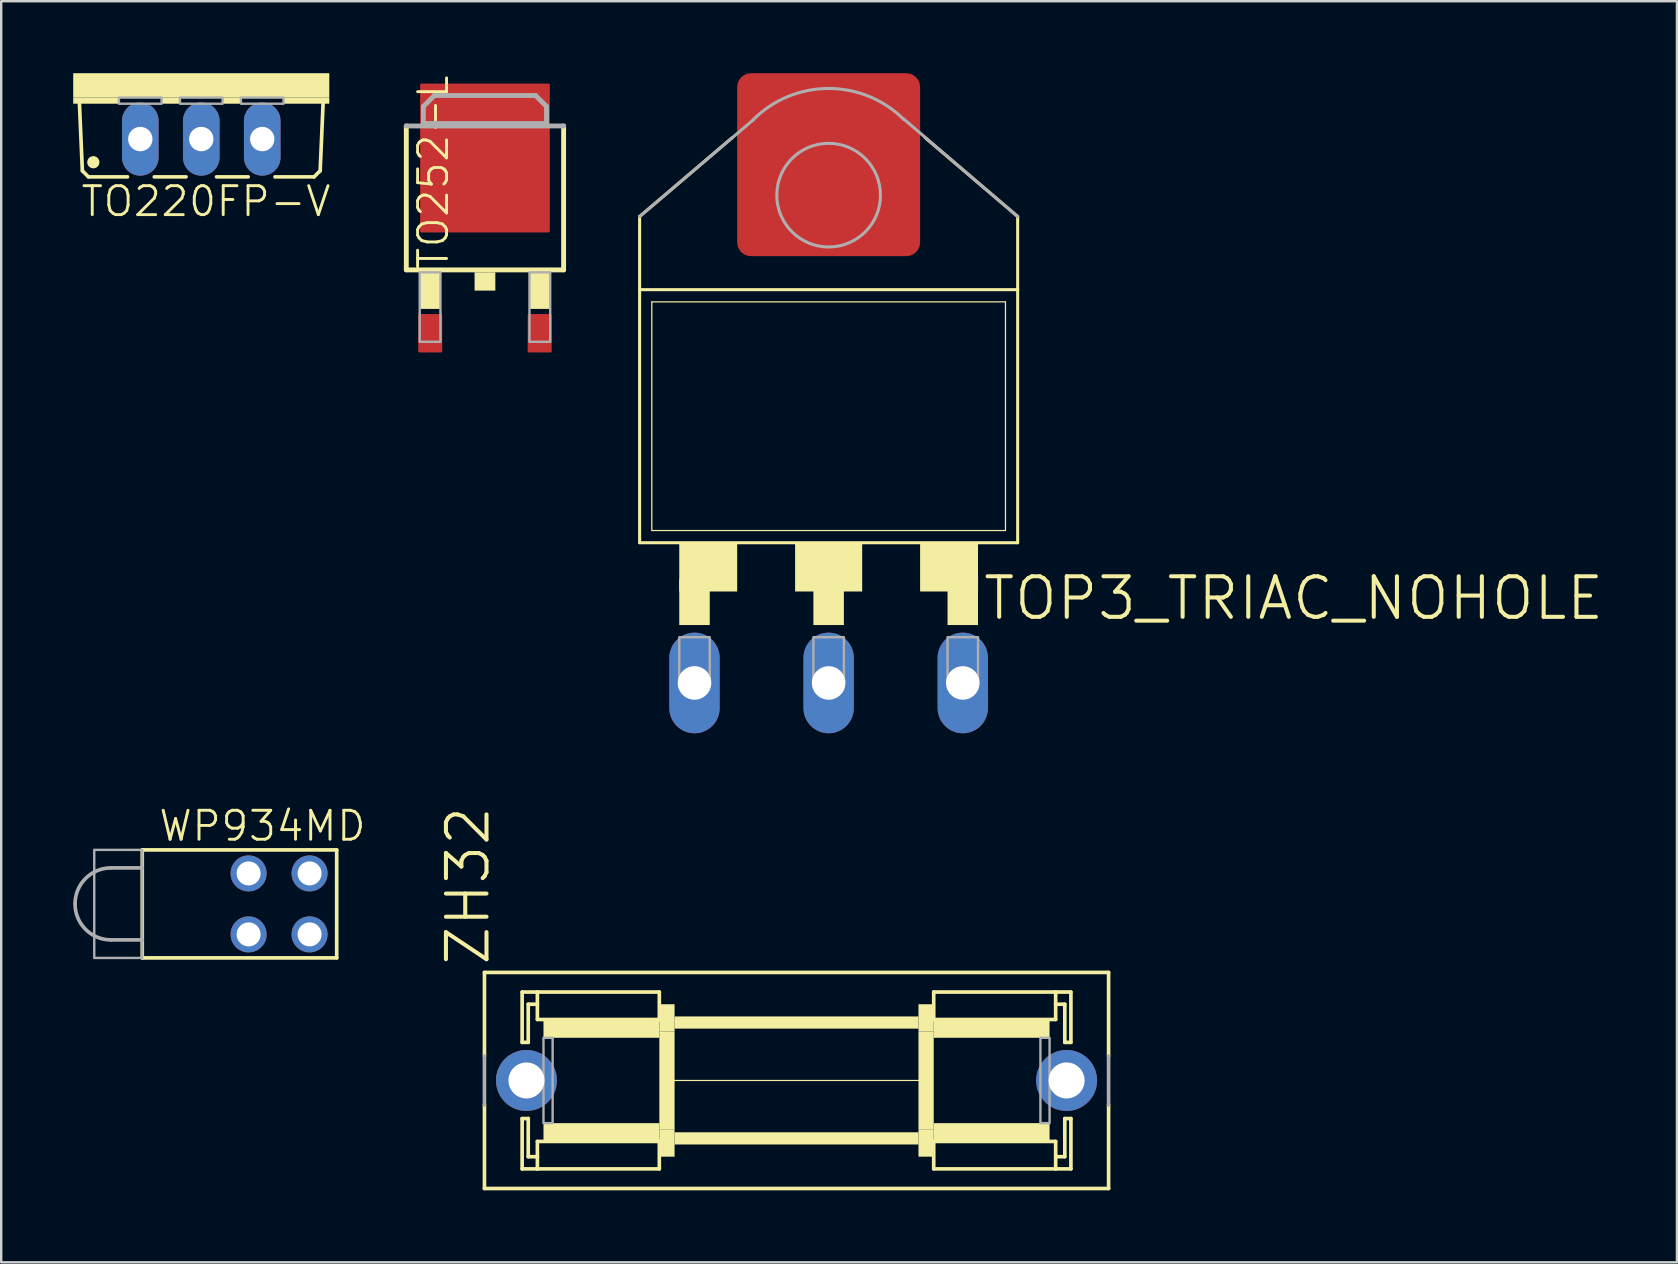
<source format=kicad_pcb>
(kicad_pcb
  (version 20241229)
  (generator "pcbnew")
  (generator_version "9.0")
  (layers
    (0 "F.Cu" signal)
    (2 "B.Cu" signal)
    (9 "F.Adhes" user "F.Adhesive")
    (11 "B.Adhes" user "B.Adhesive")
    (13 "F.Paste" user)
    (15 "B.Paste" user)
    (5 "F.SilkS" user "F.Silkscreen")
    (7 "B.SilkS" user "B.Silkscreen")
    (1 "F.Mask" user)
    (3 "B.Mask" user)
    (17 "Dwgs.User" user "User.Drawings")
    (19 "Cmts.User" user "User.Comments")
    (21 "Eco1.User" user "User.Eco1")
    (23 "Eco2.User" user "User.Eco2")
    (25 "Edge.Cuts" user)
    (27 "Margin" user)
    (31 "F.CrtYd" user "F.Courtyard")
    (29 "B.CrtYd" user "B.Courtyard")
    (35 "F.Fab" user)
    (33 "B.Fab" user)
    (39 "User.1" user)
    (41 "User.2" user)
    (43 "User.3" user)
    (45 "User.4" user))
  (footprint "TO252-L"
    (layer "F.Cu")
    (at 17.152 4.763)
    (property "Reference" "TO252-L" (at -2.857 -4.763 270) (layer "F.SilkS") (effects (font (size 1.206 1.206) (thickness 0.121)) (justify right top)))
    (attr through_hole)
    (fp_line (start -3.277 3.429) (end -3.277 -2.565) (stroke (width 0.203) (type solid)) (layer "F.SilkS"))
    (fp_line (start 3.277 -2.565) (end 3.277 3.429) (stroke (width 0.203) (type solid)) (layer "F.SilkS"))
    (fp_line (start 3.277 3.429) (end -3.277 3.429) (stroke (width 0.203) (type solid)) (layer "F.SilkS"))
    (fp_poly (pts (xy -2.718 5.055) (xy -1.854 5.055) (xy -1.854 3.531) (xy -2.718 3.531)) (stroke (width 0) (type solid)) (fill yes) (layer "F.SilkS"))
    (fp_poly (pts (xy -0.432 4.293) (xy 0.432 4.293) (xy 0.432 3.531) (xy -0.432 3.531)) (stroke (width 0) (type solid)) (fill yes) (layer "F.SilkS"))
    (fp_poly (pts (xy 1.854 5.055) (xy 2.718 5.055) (xy 2.718 3.531) (xy 1.854 3.531)) (stroke (width 0) (type solid)) (fill yes) (layer "F.SilkS"))
    (fp_line (start -3.277 -2.565) (end 3.277 -2.565) (stroke (width 0.203) (type solid)) (layer "F.Fab"))
    (fp_line (start -2.565 -3.378) (end -2.108 -3.835) (stroke (width 0.203) (type solid)) (layer "F.Fab"))
    (fp_line (start -2.565 -2.667) (end -2.565 -3.378) (stroke (width 0.203) (type solid)) (layer "F.Fab"))
    (fp_line (start -2.108 -3.835) (end 2.108 -3.835) (stroke (width 0.203) (type solid)) (layer "F.Fab"))
    (fp_line (start 2.108 -3.835) (end 2.565 -3.378) (stroke (width 0.203) (type solid)) (layer "F.Fab"))
    (fp_line (start 2.565 -3.378) (end 2.565 -2.667) (stroke (width 0.203) (type solid)) (layer "F.Fab"))
    (fp_line (start 2.565 -2.667) (end -2.565 -2.667) (stroke (width 0.203) (type solid)) (layer "F.Fab"))
    (fp_poly (pts (xy -2.718 6.426) (xy -1.854 6.426) (xy -1.854 3.531) (xy -2.718 3.531)) (stroke (width 0.1) (type solid)) (fill no) (layer "F.Fab"))
    (fp_poly (pts (xy 1.854 6.426) (xy 2.718 6.426) (xy 2.718 3.531) (xy 1.854 3.531)) (stroke (width 0.1) (type solid)) (fill no) (layer "F.Fab"))
    (fp_poly (pts (xy -2.565 -2.667) (xy -2.565 -3.378) (xy -2.108 -3.835) (xy 2.108 -3.835) (xy 2.565 -3.378) (xy 2.565 -2.667)) (stroke (width 0.1) (type solid)) (fill no) (layer "F.Fab"))
    (pad "1" smd roundrect (at -2.28 6.07) (size 1 1.6) (layers "F.Cu" "F.Mask" "F.Paste") (roundrect_rratio 0.051))
    (pad "2" smd roundrect (at 2.28 6.07) (size 1 1.6) (layers "F.Cu" "F.Mask" "F.Paste") (roundrect_rratio 0.051))
    (pad "3" smd roundrect (at 0 -1.23) (size 5.4 6.2) (layers "F.Cu" "F.Mask" "F.Paste") (roundrect_rratio 0.009)))
  (footprint "WP934MD"
    (layer "F.Cu")
    (at 8.576 34.604)
    (property "Reference" "WP934MD" (at -5.08 -2.54 0) (layer "F.SilkS") (effects (font (size 1.206 1.206) (thickness 0.121)) (justify left bottom)))
    (attr through_hole)
    (fp_line (start -5.7 -2.25) (end -5.7 2.25) (stroke (width 0.152) (type solid)) (layer "F.SilkS"))
    (fp_line (start -5.7 -2.25) (end 2.4 -2.25) (stroke (width 0.152) (type solid)) (layer "F.SilkS"))
    (fp_line (start -5.7 2.25) (end 2.4 2.25) (stroke (width 0.152) (type solid)) (layer "F.SilkS"))
    (fp_line (start 2.4 -2.25) (end 2.4 2.25) (stroke (width 0.152) (type solid)) (layer "F.SilkS"))
    (fp_line (start -7 1.5) (end -5.7 1.5) (stroke (width 0.152) (type solid)) (layer "F.Fab"))
    (fp_line (start -5.7 -1.5) (end -7 -1.5) (stroke (width 0.152) (type solid)) (layer "F.Fab"))
    (fp_arc (start -8.5 0) (mid -8.06066 -1.06066) (end -7 -1.5) (stroke (width 0.1524) (type solid)) (layer "F.Fab"))
    (fp_arc (start -7 1.5) (mid -8.06066 1.06066) (end -8.5 0) (stroke (width 0.1524) (type solid)) (layer "F.Fab"))
    (fp_poly (pts (xy -7.7 2.25) (xy -5.7 2.25) (xy -5.7 -2.25) (xy -7.7 -2.25)) (stroke (width 0.1) (type solid)) (fill no) (layer "F.Fab"))
    (pad "BA" thru_hole circle (at -1.27 -1.27) (size 1.5 1.5) (drill 1) (layers "*.Cu" "*.Mask"))
    (pad "BC" thru_hole circle (at -1.27 1.27) (size 1.5 1.5) (drill 1) (layers "*.Cu" "*.Mask"))
    (pad "TA" thru_hole circle (at 1.27 -1.27) (size 1.5 1.5) (drill 1) (layers "*.Cu" "*.Mask"))
    (pad "TC" thru_hole circle (at 1.27 1.27) (size 1.5 1.5) (drill 1) (layers "*.Cu" "*.Mask")))
  (footprint "ZH32"
    (layer "F.Cu")
    (at 30.131 41.959)
    (property "Reference" "ZH32" (at -12.7 -4.699 90) (layer "F.SilkS") (effects (font (size 1.689 1.689) (thickness 0.169)) (justify left bottom)))
    (attr through_hole)
    (fp_line (start -13 -4.5) (end -13 -1.016) (stroke (width 0.152) (type solid)) (layer "F.SilkS"))
    (fp_line (start -13 1.016) (end -13 4.5) (stroke (width 0.152) (type solid)) (layer "F.SilkS"))
    (fp_line (start -13 4.5) (end 13 4.5) (stroke (width 0.152) (type solid)) (layer "F.SilkS"))
    (fp_line (start -11.43 -3.683) (end -11.43 -1.587) (stroke (width 0.152) (type solid)) (layer "F.SilkS"))
    (fp_line (start -11.43 -1.587) (end -11.176 -1.587) (stroke (width 0.152) (type solid)) (layer "F.SilkS"))
    (fp_line (start -11.43 1.587) (end -11.176 1.587) (stroke (width 0.152) (type solid)) (layer "F.SilkS"))
    (fp_line (start -11.43 3.683) (end -11.43 1.587) (stroke (width 0.152) (type solid)) (layer "F.SilkS"))
    (fp_line (start -11.176 -3.175) (end -10.795 -3.175) (stroke (width 0.152) (type solid)) (layer "F.SilkS"))
    (fp_line (start -11.176 -1.587) (end -11.176 -3.175) (stroke (width 0.152) (type solid)) (layer "F.SilkS"))
    (fp_line (start -11.176 1.587) (end -11.176 3.175) (stroke (width 0.152) (type solid)) (layer "F.SilkS"))
    (fp_line (start -11.176 3.175) (end -10.795 3.175) (stroke (width 0.152) (type solid)) (layer "F.SilkS"))
    (fp_line (start -10.795 -3.683) (end -11.43 -3.683) (stroke (width 0.152) (type solid)) (layer "F.SilkS"))
    (fp_line (start -10.795 -3.683) (end -10.795 -2.54) (stroke (width 0.152) (type solid)) (layer "F.SilkS"))
    (fp_line (start -10.795 -3.683) (end -5.715 -3.683) (stroke (width 0.152) (type solid)) (layer "F.SilkS"))
    (fp_line (start -10.795 -2.54) (end -5.715 -2.54) (stroke (width 0.152) (type solid)) (layer "F.SilkS"))
    (fp_line (start -10.795 2.54) (end -5.715 2.54) (stroke (width 0.152) (type solid)) (layer "F.SilkS"))
    (fp_line (start -10.795 3.175) (end -10.795 2.54) (stroke (width 0.152) (type solid)) (layer "F.SilkS"))
    (fp_line (start -10.795 3.683) (end -11.43 3.683) (stroke (width 0.152) (type solid)) (layer "F.SilkS"))
    (fp_line (start -10.795 3.683) (end -10.795 3.175) (stroke (width 0.152) (type solid)) (layer "F.SilkS"))
    (fp_line (start -5.715 -2.54) (end -5.715 -3.683) (stroke (width 0.152) (type solid)) (layer "F.SilkS"))
    (fp_line (start -5.715 3.683) (end -10.795 3.683) (stroke (width 0.152) (type solid)) (layer "F.SilkS"))
    (fp_line (start -5.715 3.683) (end -5.715 2.54) (stroke (width 0.152) (type solid)) (layer "F.SilkS"))
    (fp_line (start -5.207 0) (end 5.207 0) (stroke (width 0.051) (type solid)) (layer "F.SilkS"))
    (fp_line (start 5.715 -3.683) (end 5.715 -2.54) (stroke (width 0.152) (type solid)) (layer "F.SilkS"))
    (fp_line (start 5.715 -3.683) (end 10.795 -3.683) (stroke (width 0.152) (type solid)) (layer "F.SilkS"))
    (fp_line (start 5.715 2.54) (end 5.715 3.683) (stroke (width 0.152) (type solid)) (layer "F.SilkS"))
    (fp_line (start 10.795 -3.683) (end 10.795 -3.175) (stroke (width 0.152) (type solid)) (layer "F.SilkS"))
    (fp_line (start 10.795 -3.683) (end 11.43 -3.683) (stroke (width 0.152) (type solid)) (layer "F.SilkS"))
    (fp_line (start 10.795 -3.175) (end 10.795 -2.54) (stroke (width 0.152) (type solid)) (layer "F.SilkS"))
    (fp_line (start 10.795 -2.54) (end 5.715 -2.54) (stroke (width 0.152) (type solid)) (layer "F.SilkS"))
    (fp_line (start 10.795 2.54) (end 5.715 2.54) (stroke (width 0.152) (type solid)) (layer "F.SilkS"))
    (fp_line (start 10.795 3.683) (end 5.715 3.683) (stroke (width 0.152) (type solid)) (layer "F.SilkS"))
    (fp_line (start 10.795 3.683) (end 10.795 2.54) (stroke (width 0.152) (type solid)) (layer "F.SilkS"))
    (fp_line (start 10.795 3.683) (end 11.43 3.683) (stroke (width 0.152) (type solid)) (layer "F.SilkS"))
    (fp_line (start 11.176 -3.175) (end 10.795 -3.175) (stroke (width 0.152) (type solid)) (layer "F.SilkS"))
    (fp_line (start 11.176 -1.587) (end 11.176 -3.175) (stroke (width 0.152) (type solid)) (layer "F.SilkS"))
    (fp_line (start 11.176 1.587) (end 11.176 3.175) (stroke (width 0.152) (type solid)) (layer "F.SilkS"))
    (fp_line (start 11.176 3.175) (end 10.795 3.175) (stroke (width 0.152) (type solid)) (layer "F.SilkS"))
    (fp_line (start 11.43 -3.683) (end 11.43 -1.587) (stroke (width 0.152) (type solid)) (layer "F.SilkS"))
    (fp_line (start 11.43 -1.587) (end 11.176 -1.587) (stroke (width 0.152) (type solid)) (layer "F.SilkS"))
    (fp_line (start 11.43 1.587) (end 11.176 1.587) (stroke (width 0.152) (type solid)) (layer "F.SilkS"))
    (fp_line (start 11.43 3.683) (end 11.43 1.587) (stroke (width 0.152) (type solid)) (layer "F.SilkS"))
    (fp_line (start 13 -4.5) (end -13 -4.5) (stroke (width 0.152) (type solid)) (layer "F.SilkS"))
    (fp_line (start 13 -4.5) (end 13 -1.016) (stroke (width 0.152) (type solid)) (layer "F.SilkS"))
    (fp_line (start 13 1.016) (end 13 4.5) (stroke (width 0.152) (type solid)) (layer "F.SilkS"))
    (fp_poly (pts (xy -10.541 -1.778) (xy -5.715 -1.778) (xy -5.715 -2.54) (xy -10.541 -2.54)) (stroke (width 0) (type solid)) (fill yes) (layer "F.SilkS"))
    (fp_poly (pts (xy -10.541 2.54) (xy -5.715 2.54) (xy -5.715 1.778) (xy -10.541 1.778)) (stroke (width 0) (type solid)) (fill yes) (layer "F.SilkS"))
    (fp_poly (pts (xy -5.715 -2.032) (xy -5.08 -2.032) (xy -5.08 -3.175) (xy -5.715 -3.175)) (stroke (width 0) (type solid)) (fill yes) (layer "F.SilkS"))
    (fp_poly (pts (xy -5.715 2.032) (xy -5.08 2.032) (xy -5.08 -2.032) (xy -5.715 -2.032)) (stroke (width 0) (type solid)) (fill yes) (layer "F.SilkS"))
    (fp_poly (pts (xy -5.715 3.175) (xy -5.08 3.175) (xy -5.08 2.032) (xy -5.715 2.032)) (stroke (width 0) (type solid)) (fill yes) (layer "F.SilkS"))
    (fp_poly (pts (xy -5.08 -2.159) (xy 5.08 -2.159) (xy 5.08 -2.667) (xy -5.08 -2.667)) (stroke (width 0) (type solid)) (fill yes) (layer "F.SilkS"))
    (fp_poly (pts (xy -5.08 2.667) (xy 5.08 2.667) (xy 5.08 2.159) (xy -5.08 2.159)) (stroke (width 0) (type solid)) (fill yes) (layer "F.SilkS"))
    (fp_poly (pts (xy 5.08 -2.032) (xy 5.715 -2.032) (xy 5.715 -3.175) (xy 5.08 -3.175)) (stroke (width 0) (type solid)) (fill yes) (layer "F.SilkS"))
    (fp_poly (pts (xy 5.08 2.032) (xy 5.715 2.032) (xy 5.715 -2.032) (xy 5.08 -2.032)) (stroke (width 0) (type solid)) (fill yes) (layer "F.SilkS"))
    (fp_poly (pts (xy 5.08 3.175) (xy 5.715 3.175) (xy 5.715 2.032) (xy 5.08 2.032)) (stroke (width 0) (type solid)) (fill yes) (layer "F.SilkS"))
    (fp_poly (pts (xy 5.715 -1.778) (xy 10.541 -1.778) (xy 10.541 -2.54) (xy 5.715 -2.54)) (stroke (width 0) (type solid)) (fill yes) (layer "F.SilkS"))
    (fp_poly (pts (xy 5.715 2.54) (xy 10.541 2.54) (xy 10.541 1.778) (xy 5.715 1.778)) (stroke (width 0) (type solid)) (fill yes) (layer "F.SilkS"))
    (fp_line (start -13 1.016) (end -13 -1.016) (stroke (width 0.152) (type solid)) (layer "F.Fab"))
    (fp_line (start 13 1.016) (end 13 -1.016) (stroke (width 0.152) (type solid)) (layer "F.Fab"))
    (fp_poly (pts (xy -10.541 1.778) (xy -10.16 1.778) (xy -10.16 -1.778) (xy -10.541 -1.778)) (stroke (width 0.1) (type solid)) (fill no) (layer "F.Fab"))
    (fp_poly (pts (xy 10.16 1.778) (xy 10.541 1.778) (xy 10.541 -1.778) (xy 10.16 -1.778)) (stroke (width 0.1) (type solid)) (fill no) (layer "F.Fab"))
    (pad "1" thru_hole circle (at -11.25 0 90) (size 2.54 2.54) (drill 1.5) (layers "*.Cu" "*.Mask"))
    (pad "2" thru_hole circle (at 11.25 0 90) (size 2.54 2.54) (drill 1.5) (layers "*.Cu" "*.Mask")))
  (footprint "TO220FP-V"
    (layer "F.Cu")
    (at 5.334 2.54)
    (property "Reference" "TO220FP-V" (at -5.08 3.505 180) (layer "F.SilkS") (effects (font (size 1.206 1.206) (thickness 0.121)) (justify left bottom)))
    (attr through_hole)
    (fp_line (start -4.953 1.524) (end -5.08 -1.397) (stroke (width 0.152) (type solid)) (layer "F.SilkS"))
    (fp_line (start -4.953 1.524) (end -4.699 1.778) (stroke (width 0.152) (type solid)) (layer "F.SilkS"))
    (fp_line (start -3.073 1.778) (end -4.699 1.778) (stroke (width 0.152) (type solid)) (layer "F.SilkS"))
    (fp_line (start -0.635 1.778) (end -1.956 1.778) (stroke (width 0.152) (type solid)) (layer "F.SilkS"))
    (fp_line (start 1.956 1.778) (end 0.635 1.778) (stroke (width 0.152) (type solid)) (layer "F.SilkS"))
    (fp_line (start 4.699 1.778) (end 3.073 1.778) (stroke (width 0.152) (type solid)) (layer "F.SilkS"))
    (fp_line (start 4.699 1.778) (end 4.953 1.524) (stroke (width 0.152) (type solid)) (layer "F.SilkS"))
    (fp_line (start 5.08 -1.397) (end 4.953 1.524) (stroke (width 0.152) (type solid)) (layer "F.SilkS"))
    (fp_circle (center -4.496 1.168) (end -4.242 1.168) (stroke (width 0) (type solid)) (fill yes) (layer "F.SilkS"))
    (fp_poly (pts (xy -5.334 -1.524) (xy 5.334 -1.524) (xy 5.334 -2.54) (xy -5.334 -2.54)) (stroke (width 0) (type solid)) (fill yes) (layer "F.SilkS"))
    (fp_poly (pts (xy -5.334 -1.27) (xy -3.429 -1.27) (xy -3.429 -1.524) (xy -5.334 -1.524)) (stroke (width 0) (type solid)) (fill yes) (layer "F.SilkS"))
    (fp_poly (pts (xy -1.651 -1.27) (xy -0.889 -1.27) (xy -0.889 -1.524) (xy -1.651 -1.524)) (stroke (width 0) (type solid)) (fill yes) (layer "F.SilkS"))
    (fp_poly (pts (xy 0.889 -1.27) (xy 1.651 -1.27) (xy 1.651 -1.524) (xy 0.889 -1.524)) (stroke (width 0) (type solid)) (fill yes) (layer "F.SilkS"))
    (fp_poly (pts (xy 3.429 -1.27) (xy 5.334 -1.27) (xy 5.334 -1.524) (xy 3.429 -1.524)) (stroke (width 0) (type solid)) (fill yes) (layer "F.SilkS"))
    (fp_poly (pts (xy -3.429 -1.27) (xy -1.651 -1.27) (xy -1.651 -1.524) (xy -3.429 -1.524)) (stroke (width 0.1) (type solid)) (fill no) (layer "F.Fab"))
    (fp_poly (pts (xy -0.889 -1.27) (xy 0.889 -1.27) (xy 0.889 -1.524) (xy -0.889 -1.524)) (stroke (width 0.1) (type solid)) (fill no) (layer "F.Fab"))
    (fp_poly (pts (xy 1.651 -1.27) (xy 3.429 -1.27) (xy 3.429 -1.524) (xy 1.651 -1.524)) (stroke (width 0.1) (type solid)) (fill no) (layer "F.Fab"))
    (pad "1" thru_hole oval (at -2.54 0.203 90) (size 3.048 1.524) (drill 1.016) (layers "*.Cu" "*.Mask"))
    (pad "2" thru_hole oval (at 0 0.203 90) (size 3.048 1.524) (drill 1.016) (layers "*.Cu" "*.Mask"))
    (pad "3" thru_hole oval (at 2.54 0.203 90) (size 3.048 1.524) (drill 1.016) (layers "*.Cu" "*.Mask")))
  (footprint "TOP3_TRIAC_NOHOLE"
    (layer "F.Cu")
    (at 31.469 5.08)
    (property "Reference" "TOP3_TRIAC_NOHOLE" (at 6.35 17.78 0) (layer "F.SilkS") (effects (font (size 1.689 1.689) (thickness 0.169)) (justify left bottom)))
    (attr through_hole)
    (fp_line (start -7.874 0.889) (end -4.026 -2.388) (stroke (width 0.127) (type solid)) (layer "F.SilkS"))
    (fp_line (start -7.874 3.937) (end -7.874 0.889) (stroke (width 0.127) (type solid)) (layer "F.SilkS"))
    (fp_line (start -7.874 14.478) (end -7.874 3.937) (stroke (width 0.127) (type solid)) (layer "F.SilkS"))
    (fp_line (start -7.874 14.478) (end 7.874 14.478) (stroke (width 0.127) (type solid)) (layer "F.SilkS"))
    (fp_line (start -7.366 13.97) (end -7.366 4.445) (stroke (width 0.051) (type solid)) (layer "F.SilkS"))
    (fp_line (start -7.366 13.97) (end 7.366 13.97) (stroke (width 0.051) (type solid)) (layer "F.SilkS"))
    (fp_line (start 7.366 4.445) (end -7.366 4.445) (stroke (width 0.051) (type solid)) (layer "F.SilkS"))
    (fp_line (start 7.366 4.445) (end 7.366 13.97) (stroke (width 0.051) (type solid)) (layer "F.SilkS"))
    (fp_line (start 7.874 0.889) (end 4.026 -2.388) (stroke (width 0.127) (type solid)) (layer "F.SilkS"))
    (fp_line (start 7.874 3.937) (end -7.874 3.937) (stroke (width 0.127) (type solid)) (layer "F.SilkS"))
    (fp_line (start 7.874 3.937) (end 7.874 0.889) (stroke (width 0.127) (type solid)) (layer "F.SilkS"))
    (fp_line (start 7.874 3.937) (end 7.874 14.478) (stroke (width 0.127) (type solid)) (layer "F.SilkS"))
    (fp_poly (pts (xy -6.223 16.51) (xy -3.81 16.51) (xy -3.81 14.478) (xy -6.223 14.478)) (stroke (width 0) (type solid)) (fill yes) (layer "F.SilkS"))
    (fp_poly (pts (xy -6.223 17.907) (xy -4.953 17.907) (xy -4.953 16.002) (xy -6.223 16.002)) (stroke (width 0) (type solid)) (fill yes) (layer "F.SilkS"))
    (fp_poly (pts (xy -1.397 16.51) (xy 1.397 16.51) (xy 1.397 14.478) (xy -1.397 14.478)) (stroke (width 0) (type solid)) (fill yes) (layer "F.SilkS"))
    (fp_poly (pts (xy -0.635 17.907) (xy 0.635 17.907) (xy 0.635 16.002) (xy -0.635 16.002)) (stroke (width 0) (type solid)) (fill yes) (layer "F.SilkS"))
    (fp_poly (pts (xy 3.81 16.51) (xy 6.223 16.51) (xy 6.223 14.478) (xy 3.81 14.478)) (stroke (width 0) (type solid)) (fill yes) (layer "F.SilkS"))
    (fp_poly (pts (xy 4.953 17.907) (xy 6.223 17.907) (xy 6.223 16.002) (xy 4.953 16.002)) (stroke (width 0) (type solid)) (fill yes) (layer "F.SilkS"))
    (fp_line (start -7.874 0.889) (end -3.124 -3.15) (stroke (width 0.127) (type solid)) (layer "F.Fab"))
    (fp_line (start 7.874 0.889) (end 3.124 -3.175) (stroke (width 0.127) (type solid)) (layer "F.Fab"))
    (fp_arc (start -3.1431 -3.1431) (mid -1.701032 -4.106652) (end 0 -4.445) (stroke (width 0.127) (type solid)) (layer "F.Fab"))
    (fp_arc (start 0 -4.445) (mid 1.701032 -4.106651) (end 3.1431 -3.1431) (stroke (width 0.127) (type solid)) (layer "F.Fab"))
    (fp_circle (center 0 0) (end 2.159 0) (stroke (width 0.127) (type solid)) (fill no) (layer "F.Fab"))
    (fp_poly (pts (xy -6.223 20.32) (xy -4.953 20.32) (xy -4.953 18.415) (xy -6.223 18.415)) (stroke (width 0.1) (type solid)) (fill no) (layer "F.Fab"))
    (fp_poly (pts (xy -0.635 20.32) (xy 0.635 20.32) (xy 0.635 18.415) (xy -0.635 18.415)) (stroke (width 0.1) (type solid)) (fill no) (layer "F.Fab"))
    (fp_poly (pts (xy 4.953 20.32) (xy 6.223 20.32) (xy 6.223 18.415) (xy 4.953 18.415)) (stroke (width 0.1) (type solid)) (fill no) (layer "F.Fab"))
    (pad "A1" thru_hole oval (at -5.588 20.32 90) (size 4.191 2.095) (drill 1.397) (layers "*.Cu" "*.Mask"))
    (pad "A2" thru_hole oval (at 0 20.32 90) (size 4.191 2.095) (drill 1.397) (layers "*.Cu" "*.Mask"))
    (pad "G" thru_hole oval (at 5.588 20.32 90) (size 4.191 2.095) (drill 1.397) (layers "*.Cu" "*.Mask"))
    (pad "NC" smd roundrect (at 0 -1.27) (size 7.62 7.62) (layers "F.Cu" "F.Mask") (roundrect_rratio 0.075)))
  (gr_rect
    (start -3 -3)
    (end 66.807 49.535)
    (stroke (width 0.1) (type default))
    (fill no)
    (layer "Edge.Cuts")))
</source>
